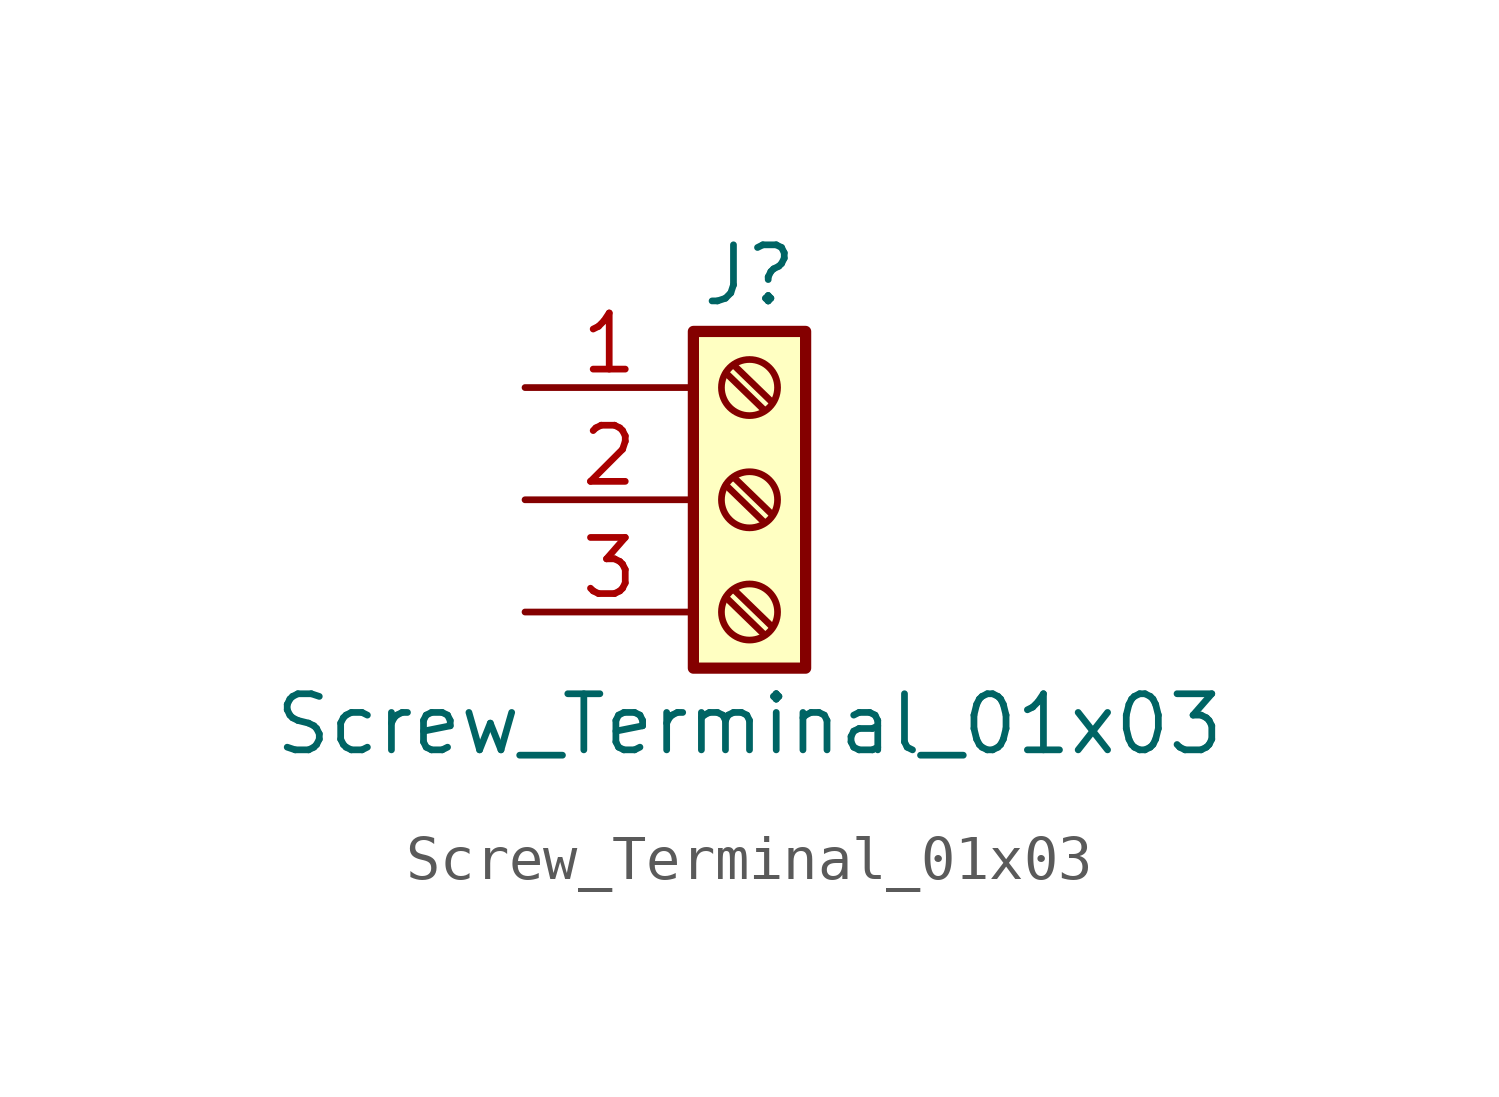
<source format=kicad_sym>
(kicad_symbol_lib
  (version 20211014)
  (generator kicad_symbol_editor)
  (symbol "Screw_Terminal_01x03"
    (pin_names
      (offset 1.016) hide)
    (property "Reference" "J"
      (at 0 5.08 0)
      (effects (font (size 1.27 1.27))))
    (property "Value" "Screw_Terminal_01x03"
      (at 0 -5.08 0)
      (effects (font (size 1.27 1.27))))
    (symbol "Screw_Terminal_01x03_1_1"
      (rectangle (start -1.27 3.81) (end 1.27 -3.81) (stroke (width 0.254) (type default) (color 0 0 0 0)) (fill (type background)))
      (circle (center 0 -2.54) (radius 0.635) (stroke (width 0.152) (type default) (color 0 0 0 0)) (fill (type none)))
      (polyline (pts (xy -0.533 -2.21) (xy 0.33 -3.048)) (stroke (width 0.152) (type default) (color 0 0 0 0)) (fill (type none)))
      (polyline (pts (xy -0.533 0.33) (xy 0.33 -0.508)) (stroke (width 0.152) (type default) (color 0 0 0 0)) (fill (type none)))
      (polyline (pts (xy -0.533 2.87) (xy 0.33 2.032)) (stroke (width 0.152) (type default) (color 0 0 0 0)) (fill (type none)))
      (polyline (pts (xy -0.356 -2.032) (xy 0.508 -2.87)) (stroke (width 0.152) (type default) (color 0 0 0 0)) (fill (type none)))
      (polyline (pts (xy -0.356 0.508) (xy 0.508 -0.33)) (stroke (width 0.152) (type default) (color 0 0 0 0)) (fill (type none)))
      (polyline (pts (xy -0.356 3.048) (xy 0.508 2.21)) (stroke (width 0.152) (type default) (color 0 0 0 0)) (fill (type none)))
      (circle (center 0 0) (radius 0.635) (stroke (width 0.152) (type default) (color 0 0 0 0)) (fill (type none)))
      (circle (center 0 2.54) (radius 0.635) (stroke (width 0.152) (type default) (color 0 0 0 0)) (fill (type none)))
      (pin passive line (at -5.08 2.54 0) (length 3.81) (name "Pin_1" (effects (font (size 1.27 1.27)))) (number "1" (effects (font (size 1.27 1.27)))))
      (pin passive line (at -5.08 0 0) (length 3.81) (name "Pin_2" (effects (font (size 1.27 1.27)))) (number "2" (effects (font (size 1.27 1.27)))))
      (pin passive line (at -5.08 -2.54 0) (length 3.81) (name "Pin_3" (effects (font (size 1.27 1.27)))) (number "3" (effects (font (size 1.27 1.27))))))))
</source>
